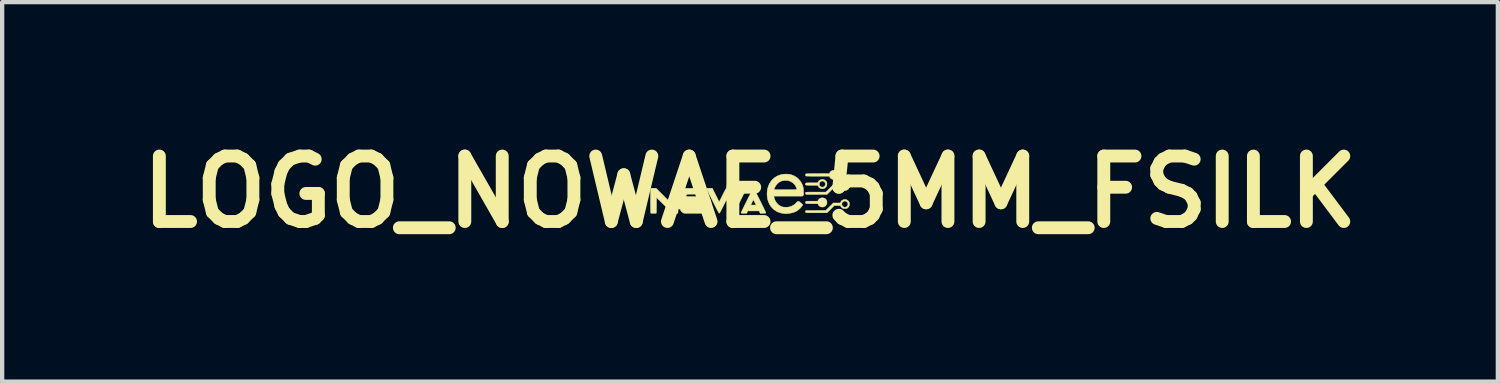
<source format=kicad_pcb>
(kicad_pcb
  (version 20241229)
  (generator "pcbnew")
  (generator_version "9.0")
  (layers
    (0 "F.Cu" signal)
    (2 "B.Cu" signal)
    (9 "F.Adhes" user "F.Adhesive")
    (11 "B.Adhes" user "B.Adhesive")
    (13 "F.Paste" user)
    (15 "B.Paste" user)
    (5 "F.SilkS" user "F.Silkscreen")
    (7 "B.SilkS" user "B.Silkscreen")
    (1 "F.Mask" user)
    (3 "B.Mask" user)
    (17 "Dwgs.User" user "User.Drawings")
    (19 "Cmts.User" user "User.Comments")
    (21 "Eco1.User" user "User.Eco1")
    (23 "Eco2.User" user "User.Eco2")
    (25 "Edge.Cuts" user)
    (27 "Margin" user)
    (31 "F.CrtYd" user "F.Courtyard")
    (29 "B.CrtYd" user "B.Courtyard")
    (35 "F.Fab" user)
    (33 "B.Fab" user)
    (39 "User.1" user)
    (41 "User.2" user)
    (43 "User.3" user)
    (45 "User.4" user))
  (footprint "LOGO_NOWAE_5MM_FSILK"
    (layer "F.Cu")
    (at 14.413 1.418)
    (property "Reference" "LOGO_NOWAE_5MM_FSILK" (at 0 0 0) (layer "F.SilkS") (effects (font (size 1.524 1.524) (thickness 0.3))))
    (attr through_hole)
    (fp_poly (pts (xy 1.717 0.143) (xy 1.742 0.152) (xy 1.76 0.165) (xy 1.777 0.186) (xy 1.788 0.212) (xy 1.792 0.24) (xy 1.79 0.268) (xy 1.781 0.294) (xy 1.78 0.297) (xy 1.762 0.322) (xy 1.74 0.339) (xy 1.713 0.35) (xy 1.682 0.353) (xy 1.659 0.351) (xy 1.64 0.346) (xy 1.638 0.345) (xy 1.623 0.335) (xy 1.607 0.321) (xy 1.593 0.306) (xy 1.584 0.291) (xy 1.584 0.288) (xy 1.579 0.276) (xy 1.442 0.275) (xy 1.404 0.274) (xy 1.373 0.274) (xy 1.349 0.273) (xy 1.331 0.273) (xy 1.318 0.272) (xy 1.309 0.271) (xy 1.303 0.269) (xy 1.299 0.267) (xy 1.297 0.266) (xy 1.291 0.254) (xy 1.291 0.24) (xy 1.296 0.227) (xy 1.3 0.223) (xy 1.303 0.221) (xy 1.308 0.219) (xy 1.314 0.218) (xy 1.323 0.217) (xy 1.337 0.216) (xy 1.355 0.216) (xy 1.379 0.215) (xy 1.41 0.215) (xy 1.444 0.215) (xy 1.578 0.215) (xy 1.583 0.201) (xy 1.592 0.186) (xy 1.606 0.169) (xy 1.623 0.155) (xy 1.638 0.146) (xy 1.662 0.139) (xy 1.69 0.138) (xy 1.717 0.143)) (stroke (width 0.01) (type solid)) (fill yes) (layer "F.SilkS"))
    (fp_poly (pts (xy 1.981 -0.501) (xy 1.99 -0.499) (xy 2.014 -0.487) (xy 2.034 -0.469) (xy 2.049 -0.447) (xy 2.058 -0.42) (xy 2.062 -0.392) (xy 2.058 -0.364) (xy 2.057 -0.361) (xy 2.049 -0.343) (xy 2.035 -0.325) (xy 2.019 -0.309) (xy 2.002 -0.297) (xy 2 -0.297) (xy 1.978 -0.29) (xy 1.952 -0.288) (xy 1.926 -0.291) (xy 1.903 -0.299) (xy 1.902 -0.299) (xy 1.879 -0.316) (xy 1.861 -0.337) (xy 1.853 -0.352) (xy 1.847 -0.366) (xy 1.578 -0.366) (xy 1.523 -0.366) (xy 1.476 -0.366) (xy 1.437 -0.366) (xy 1.404 -0.366) (xy 1.377 -0.367) (xy 1.356 -0.367) (xy 1.339 -0.367) (xy 1.326 -0.368) (xy 1.316 -0.369) (xy 1.31 -0.37) (xy 1.305 -0.371) (xy 1.302 -0.372) (xy 1.3 -0.374) (xy 1.292 -0.385) (xy 1.29 -0.399) (xy 1.294 -0.412) (xy 1.297 -0.417) (xy 1.299 -0.418) (xy 1.303 -0.42) (xy 1.308 -0.421) (xy 1.316 -0.422) (xy 1.327 -0.422) (xy 1.341 -0.423) (xy 1.36 -0.423) (xy 1.385 -0.424) (xy 1.415 -0.424) (xy 1.451 -0.425) (xy 1.494 -0.425) (xy 1.545 -0.425) (xy 1.576 -0.425) (xy 1.847 -0.426) (xy 1.858 -0.448) (xy 1.874 -0.471) (xy 1.896 -0.488) (xy 1.922 -0.5) (xy 1.95 -0.504) (xy 1.981 -0.501)) (stroke (width 0.01) (type solid)) (fill yes) (layer "F.SilkS"))
    (fp_poly (pts (xy 2.225 -0.247) (xy 2.25 -0.24) (xy 2.273 -0.227) (xy 2.293 -0.208) (xy 2.304 -0.19) (xy 2.313 -0.166) (xy 2.316 -0.14) (xy 2.315 -0.115) (xy 2.31 -0.097) (xy 2.295 -0.073) (xy 2.275 -0.053) (xy 2.25 -0.039) (xy 2.222 -0.032) (xy 2.192 -0.031) (xy 2.173 -0.035) (xy 2.156 -0.043) (xy 2.138 -0.057) (xy 2.122 -0.073) (xy 2.11 -0.089) (xy 2.108 -0.095) (xy 2.101 -0.112) (xy 1.965 -0.112) (xy 1.793 0.06) (xy 1.549 0.06) (xy 1.498 0.06) (xy 1.454 0.06) (xy 1.417 0.06) (xy 1.387 0.06) (xy 1.362 0.06) (xy 1.343 0.059) (xy 1.328 0.059) (xy 1.318 0.058) (xy 1.31 0.057) (xy 1.305 0.056) (xy 1.302 0.055) (xy 1.299 0.053) (xy 1.298 0.052) (xy 1.292 0.04) (xy 1.29 0.026) (xy 1.294 0.015) (xy 1.298 0.01) (xy 1.301 0.009) (xy 1.307 0.008) (xy 1.317 0.007) (xy 1.331 0.006) (xy 1.35 0.005) (xy 1.374 0.005) (xy 1.404 0.005) (xy 1.441 0.004) (xy 1.486 0.004) (xy 1.537 0.004) (xy 1.767 0.004) (xy 1.853 -0.082) (xy 1.94 -0.168) (xy 2.021 -0.168) (xy 2.103 -0.168) (xy 2.114 -0.191) (xy 2.129 -0.214) (xy 2.15 -0.231) (xy 2.173 -0.243) (xy 2.199 -0.248) (xy 2.225 -0.247)) (stroke (width 0.01) (type solid)) (fill yes) (layer "F.SilkS"))
    (fp_poly (pts (xy 1.716 -0.286) (xy 1.741 -0.275) (xy 1.763 -0.257) (xy 1.781 -0.234) (xy 1.786 -0.224) (xy 1.791 -0.203) (xy 1.792 -0.179) (xy 1.789 -0.155) (xy 1.784 -0.138) (xy 1.768 -0.112) (xy 1.747 -0.092) (xy 1.72 -0.08) (xy 1.689 -0.074) (xy 1.688 -0.074) (xy 1.669 -0.074) (xy 1.654 -0.077) (xy 1.639 -0.083) (xy 1.638 -0.083) (xy 1.615 -0.098) (xy 1.597 -0.117) (xy 1.584 -0.138) (xy 1.584 -0.14) (xy 1.578 -0.155) (xy 1.442 -0.155) (xy 1.402 -0.155) (xy 1.371 -0.155) (xy 1.346 -0.156) (xy 1.327 -0.156) (xy 1.313 -0.157) (xy 1.304 -0.159) (xy 1.299 -0.16) (xy 1.298 -0.161) (xy 1.292 -0.17) (xy 1.291 -0.175) (xy 1.612 -0.175) (xy 1.617 -0.155) (xy 1.628 -0.137) (xy 1.644 -0.123) (xy 1.664 -0.114) (xy 1.685 -0.111) (xy 1.707 -0.114) (xy 1.718 -0.119) (xy 1.734 -0.131) (xy 1.747 -0.149) (xy 1.755 -0.169) (xy 1.756 -0.181) (xy 1.753 -0.202) (xy 1.742 -0.222) (xy 1.727 -0.239) (xy 1.72 -0.243) (xy 1.698 -0.252) (xy 1.675 -0.253) (xy 1.654 -0.247) (xy 1.635 -0.234) (xy 1.621 -0.215) (xy 1.614 -0.198) (xy 1.612 -0.175) (xy 1.291 -0.175) (xy 1.29 -0.183) (xy 1.294 -0.196) (xy 1.298 -0.202) (xy 1.3 -0.205) (xy 1.304 -0.207) (xy 1.309 -0.208) (xy 1.316 -0.209) (xy 1.328 -0.21) (xy 1.344 -0.21) (xy 1.365 -0.211) (xy 1.392 -0.211) (xy 1.427 -0.211) (xy 1.442 -0.211) (xy 1.579 -0.211) (xy 1.582 -0.221) (xy 1.589 -0.238) (xy 1.603 -0.255) (xy 1.62 -0.27) (xy 1.632 -0.277) (xy 1.659 -0.288) (xy 1.688 -0.291) (xy 1.716 -0.286)) (stroke (width 0.01) (type solid)) (fill yes) (layer "F.SilkS"))
    (fp_poly (pts (xy 2.231 0.178) (xy 2.253 0.185) (xy 2.272 0.197) (xy 2.282 0.205) (xy 2.3 0.225) (xy 2.311 0.246) (xy 2.315 0.271) (xy 2.315 0.292) (xy 2.31 0.322) (xy 2.298 0.348) (xy 2.278 0.368) (xy 2.267 0.377) (xy 2.256 0.383) (xy 2.246 0.387) (xy 2.234 0.389) (xy 2.219 0.39) (xy 2.209 0.39) (xy 2.19 0.389) (xy 2.176 0.388) (xy 2.166 0.385) (xy 2.156 0.38) (xy 2.15 0.377) (xy 2.128 0.359) (xy 2.116 0.341) (xy 2.103 0.319) (xy 1.961 0.319) (xy 1.877 0.403) (xy 1.793 0.486) (xy 1.549 0.486) (xy 1.496 0.486) (xy 1.452 0.486) (xy 1.414 0.486) (xy 1.383 0.486) (xy 1.358 0.486) (xy 1.339 0.485) (xy 1.324 0.484) (xy 1.313 0.484) (xy 1.306 0.483) (xy 1.301 0.482) (xy 1.299 0.48) (xy 1.299 0.48) (xy 1.29 0.467) (xy 1.29 0.453) (xy 1.295 0.444) (xy 1.303 0.433) (xy 1.535 0.432) (xy 1.767 0.43) (xy 1.853 0.344) (xy 1.917 0.281) (xy 2.137 0.281) (xy 2.139 0.303) (xy 2.149 0.323) (xy 2.154 0.33) (xy 2.173 0.347) (xy 2.195 0.356) (xy 2.218 0.356) (xy 2.236 0.351) (xy 2.253 0.34) (xy 2.268 0.323) (xy 2.277 0.303) (xy 2.278 0.301) (xy 2.28 0.28) (xy 2.275 0.259) (xy 2.264 0.241) (xy 2.249 0.226) (xy 2.23 0.216) (xy 2.209 0.212) (xy 2.191 0.215) (xy 2.169 0.225) (xy 2.152 0.241) (xy 2.141 0.26) (xy 2.137 0.281) (xy 1.917 0.281) (xy 1.94 0.258) (xy 2.1 0.258) (xy 2.109 0.24) (xy 2.124 0.215) (xy 2.145 0.195) (xy 2.171 0.182) (xy 2.199 0.177) (xy 2.204 0.177) (xy 2.231 0.178)) (stroke (width 0.01) (type solid)) (fill yes) (layer "F.SilkS"))
    (fp_poly (pts (xy 0.083 -0.077) (xy 0.086 -0.076) (xy 0.089 -0.074) (xy 0.092 -0.069) (xy 0.097 -0.062) (xy 0.103 -0.053) (xy 0.11 -0.04) (xy 0.119 -0.022) (xy 0.13 -0.001) (xy 0.144 0.026) (xy 0.16 0.058) (xy 0.18 0.097) (xy 0.202 0.141) (xy 0.228 0.193) (xy 0.232 0.202) (xy 0.26 0.257) (xy 0.283 0.304) (xy 0.303 0.345) (xy 0.32 0.379) (xy 0.334 0.408) (xy 0.345 0.432) (xy 0.354 0.45) (xy 0.36 0.465) (xy 0.365 0.476) (xy 0.367 0.483) (xy 0.368 0.488) (xy 0.368 0.49) (xy 0.365 0.493) (xy 0.359 0.495) (xy 0.35 0.496) (xy 0.336 0.497) (xy 0.316 0.498) (xy 0.301 0.498) (xy 0.239 0.5) (xy 0.225 0.472) (xy 0.211 0.443) (xy -0.052 0.443) (xy -0.079 0.499) (xy -0.141 0.499) (xy -0.165 0.499) (xy -0.182 0.499) (xy -0.193 0.498) (xy -0.2 0.497) (xy -0.204 0.494) (xy -0.207 0.491) (xy -0.207 0.488) (xy -0.206 0.483) (xy -0.204 0.476) (xy -0.199 0.466) (xy -0.193 0.451) (xy -0.185 0.433) (xy -0.174 0.41) (xy -0.16 0.382) (xy -0.144 0.349) (xy -0.124 0.309) (xy -0.123 0.306) (xy 0.017 0.306) (xy 0.142 0.306) (xy 0.111 0.244) (xy 0.101 0.223) (xy 0.092 0.206) (xy 0.085 0.192) (xy 0.081 0.184) (xy 0.08 0.182) (xy 0.078 0.185) (xy 0.073 0.195) (xy 0.065 0.21) (xy 0.055 0.229) (xy 0.048 0.243) (xy 0.017 0.306) (xy -0.123 0.306) (xy -0.101 0.262) (xy -0.074 0.209) (xy -0.071 0.202) (xy -0.045 0.149) (xy -0.021 0.103) (xy -0.002 0.064) (xy 0.015 0.031) (xy 0.029 0.003) (xy 0.041 -0.019) (xy 0.05 -0.037) (xy 0.058 -0.051) (xy 0.064 -0.061) (xy 0.069 -0.068) (xy 0.072 -0.073) (xy 0.075 -0.076) (xy 0.078 -0.077) (xy 0.08 -0.077) (xy 0.081 -0.077) (xy 0.083 -0.077)) (stroke (width 0.01) (type solid)) (fill yes) (layer "F.SilkS"))
    (fp_poly (pts (xy -2.001 0.102) (xy -1.812 0.291) (xy -1.812 0.109) (xy -1.812 0.065) (xy -1.812 0.028) (xy -1.812 -0.001) (xy -1.812 -0.024) (xy -1.811 -0.042) (xy -1.811 -0.056) (xy -1.81 -0.065) (xy -1.809 -0.071) (xy -1.807 -0.075) (xy -1.806 -0.078) (xy -1.805 -0.079) (xy -1.8 -0.082) (xy -1.792 -0.084) (xy -1.78 -0.085) (xy -1.762 -0.086) (xy -1.743 -0.086) (xy -1.72 -0.086) (xy -1.704 -0.085) (xy -1.693 -0.084) (xy -1.687 -0.082) (xy -1.682 -0.079) (xy -1.682 -0.078) (xy -1.68 -0.076) (xy -1.679 -0.073) (xy -1.678 -0.067) (xy -1.677 -0.059) (xy -1.677 -0.048) (xy -1.676 -0.033) (xy -1.676 -0.013) (xy -1.675 0.012) (xy -1.675 0.042) (xy -1.675 0.079) (xy -1.675 0.123) (xy -1.675 0.174) (xy -1.675 0.209) (xy -1.675 0.269) (xy -1.675 0.32) (xy -1.675 0.364) (xy -1.675 0.4) (xy -1.676 0.43) (xy -1.676 0.454) (xy -1.677 0.471) (xy -1.678 0.484) (xy -1.679 0.491) (xy -1.68 0.494) (xy -1.686 0.497) (xy -1.7 0.498) (xy -1.722 0.499) (xy -1.745 0.499) (xy -1.806 0.499) (xy -2.178 0.127) (xy -2.178 0.308) (xy -2.178 0.356) (xy -2.179 0.395) (xy -2.179 0.427) (xy -2.18 0.452) (xy -2.18 0.471) (xy -2.181 0.484) (xy -2.182 0.492) (xy -2.184 0.494) (xy -2.19 0.496) (xy -2.203 0.498) (xy -2.221 0.499) (xy -2.241 0.5) (xy -2.262 0.499) (xy -2.281 0.499) (xy -2.297 0.497) (xy -2.308 0.496) (xy -2.311 0.494) (xy -2.312 0.489) (xy -2.313 0.476) (xy -2.314 0.456) (xy -2.315 0.43) (xy -2.315 0.399) (xy -2.316 0.364) (xy -2.316 0.325) (xy -2.316 0.284) (xy -2.317 0.242) (xy -2.317 0.199) (xy -2.316 0.155) (xy -2.316 0.113) (xy -2.316 0.073) (xy -2.316 0.036) (xy -2.315 0.002) (xy -2.314 -0.027) (xy -2.314 -0.051) (xy -2.313 -0.068) (xy -2.312 -0.079) (xy -2.311 -0.081) (xy -2.304 -0.083) (xy -2.29 -0.085) (xy -2.267 -0.086) (xy -2.247 -0.086) (xy -2.189 -0.086) (xy -2.001 0.102)) (stroke (width 0.01) (type solid)) (fill yes) (layer "F.SilkS"))
    (fp_poly (pts (xy -1.209 -0.085) (xy -1.18 -0.085) (xy -1.157 -0.084) (xy -1.143 -0.083) (xy -1.138 -0.082) (xy -1.11 -0.072) (xy -1.084 -0.054) (xy -1.065 -0.034) (xy -1.059 -0.025) (xy -1.054 -0.018) (xy -1.05 -0.01) (xy -1.047 -0.001) (xy -1.045 0.01) (xy -1.043 0.024) (xy -1.042 0.041) (xy -1.041 0.062) (xy -1.04 0.089) (xy -1.04 0.122) (xy -1.04 0.162) (xy -1.04 0.209) (xy -1.04 0.254) (xy -1.04 0.292) (xy -1.04 0.323) (xy -1.04 0.348) (xy -1.041 0.368) (xy -1.041 0.383) (xy -1.042 0.395) (xy -1.043 0.403) (xy -1.045 0.41) (xy -1.047 0.416) (xy -1.048 0.419) (xy -1.061 0.444) (xy -1.08 0.466) (xy -1.103 0.484) (xy -1.113 0.489) (xy -1.134 0.499) (xy -1.332 0.499) (xy -1.381 0.499) (xy -1.422 0.499) (xy -1.455 0.498) (xy -1.482 0.498) (xy -1.504 0.497) (xy -1.52 0.497) (xy -1.532 0.496) (xy -1.541 0.494) (xy -1.547 0.493) (xy -1.547 0.493) (xy -1.572 0.479) (xy -1.594 0.46) (xy -1.611 0.436) (xy -1.613 0.432) (xy -1.625 0.407) (xy -1.625 0.256) (xy -1.489 0.256) (xy -1.489 0.282) (xy -1.489 0.303) (xy -1.488 0.319) (xy -1.487 0.327) (xy -1.482 0.34) (xy -1.474 0.351) (xy -1.464 0.362) (xy -1.206 0.362) (xy -1.193 0.35) (xy -1.18 0.339) (xy -1.18 0.209) (xy -1.18 0.171) (xy -1.18 0.139) (xy -1.18 0.115) (xy -1.181 0.097) (xy -1.183 0.083) (xy -1.185 0.073) (xy -1.188 0.067) (xy -1.193 0.062) (xy -1.198 0.059) (xy -1.204 0.056) (xy -1.212 0.055) (xy -1.225 0.054) (xy -1.245 0.053) (xy -1.271 0.052) (xy -1.306 0.052) (xy -1.34 0.053) (xy -1.464 0.054) (xy -1.487 0.078) (xy -1.489 0.195) (xy -1.489 0.227) (xy -1.489 0.256) (xy -1.625 0.256) (xy -1.625 0.211) (xy -1.625 0.164) (xy -1.625 0.126) (xy -1.625 0.094) (xy -1.625 0.068) (xy -1.624 0.048) (xy -1.624 0.032) (xy -1.623 0.02) (xy -1.622 0.011) (xy -1.62 0.004) (xy -1.619 -0.002) (xy -1.617 -0.006) (xy -1.602 -0.033) (xy -1.581 -0.056) (xy -1.557 -0.072) (xy -1.535 -0.084) (xy -1.347 -0.085) (xy -1.293 -0.086) (xy -1.247 -0.086) (xy -1.209 -0.085)) (stroke (width 0.01) (type solid)) (fill yes) (layer "F.SilkS"))
    (fp_poly (pts (xy -0.798 0.074) (xy -0.718 0.235) (xy -0.64 0.079) (xy -0.62 0.04) (xy -0.605 0.008) (xy -0.592 -0.017) (xy -0.581 -0.037) (xy -0.573 -0.052) (xy -0.567 -0.063) (xy -0.562 -0.07) (xy -0.558 -0.074) (xy -0.555 -0.077) (xy -0.552 -0.077) (xy -0.549 -0.077) (xy -0.546 -0.077) (xy -0.542 -0.076) (xy -0.539 -0.074) (xy -0.535 -0.069) (xy -0.53 -0.061) (xy -0.523 -0.05) (xy -0.515 -0.034) (xy -0.504 -0.013) (xy -0.491 0.013) (xy -0.474 0.046) (xy -0.458 0.077) (xy -0.381 0.232) (xy -0.222 -0.084) (xy -0.16 -0.085) (xy -0.136 -0.086) (xy -0.119 -0.086) (xy -0.108 -0.085) (xy -0.101 -0.084) (xy -0.098 -0.082) (xy -0.095 -0.078) (xy -0.094 -0.076) (xy -0.094 -0.074) (xy -0.094 -0.07) (xy -0.096 -0.064) (xy -0.099 -0.055) (xy -0.104 -0.044) (xy -0.11 -0.029) (xy -0.119 -0.01) (xy -0.13 0.014) (xy -0.144 0.042) (xy -0.161 0.076) (xy -0.181 0.117) (xy -0.205 0.164) (xy -0.23 0.215) (xy -0.257 0.268) (xy -0.28 0.314) (xy -0.3 0.354) (xy -0.317 0.387) (xy -0.331 0.415) (xy -0.343 0.437) (xy -0.352 0.455) (xy -0.36 0.469) (xy -0.366 0.479) (xy -0.371 0.487) (xy -0.374 0.491) (xy -0.377 0.494) (xy -0.38 0.495) (xy -0.381 0.495) (xy -0.384 0.495) (xy -0.387 0.493) (xy -0.391 0.488) (xy -0.396 0.481) (xy -0.402 0.471) (xy -0.41 0.456) (xy -0.421 0.436) (xy -0.434 0.411) (xy -0.45 0.379) (xy -0.469 0.341) (xy -0.47 0.338) (xy -0.549 0.181) (xy -0.627 0.338) (xy -0.647 0.377) (xy -0.663 0.409) (xy -0.676 0.435) (xy -0.687 0.455) (xy -0.695 0.47) (xy -0.702 0.481) (xy -0.707 0.488) (xy -0.71 0.492) (xy -0.714 0.494) (xy -0.717 0.495) (xy -0.717 0.495) (xy -0.719 0.495) (xy -0.722 0.493) (xy -0.725 0.49) (xy -0.729 0.484) (xy -0.734 0.475) (xy -0.741 0.464) (xy -0.749 0.448) (xy -0.76 0.428) (xy -0.773 0.404) (xy -0.788 0.374) (xy -0.806 0.338) (xy -0.827 0.296) (xy -0.852 0.246) (xy -0.868 0.215) (xy -0.895 0.161) (xy -0.918 0.114) (xy -0.938 0.074) (xy -0.955 0.04) (xy -0.968 0.012) (xy -0.979 -0.011) (xy -0.988 -0.03) (xy -0.995 -0.045) (xy -0.999 -0.056) (xy -1.002 -0.064) (xy -1.004 -0.07) (xy -1.004 -0.074) (xy -1.004 -0.076) (xy -1.001 -0.08) (xy -0.998 -0.083) (xy -0.993 -0.085) (xy -0.983 -0.086) (xy -0.969 -0.086) (xy -0.948 -0.086) (xy -0.939 -0.086) (xy -0.878 -0.086) (xy -0.798 0.074)) (stroke (width 0.01) (type solid)) (fill yes) (layer "F.SilkS"))
    (fp_poly (pts (xy 0.896 -0.412) (xy 0.919 -0.409) (xy 0.973 -0.395) (xy 1.024 -0.375) (xy 1.072 -0.347) (xy 1.116 -0.312) (xy 1.154 -0.272) (xy 1.187 -0.227) (xy 1.212 -0.178) (xy 1.213 -0.176) (xy 1.225 -0.146) (xy 1.234 -0.118) (xy 1.24 -0.091) (xy 1.244 -0.061) (xy 1.246 -0.027) (xy 1.247 -0.003) (xy 1.25 0.069) (xy 1.235 0.084) (xy 1.221 0.099) (xy 0.555 0.099) (xy 0.558 0.117) (xy 0.569 0.163) (xy 0.587 0.205) (xy 0.611 0.244) (xy 0.64 0.279) (xy 0.673 0.308) (xy 0.71 0.331) (xy 0.75 0.347) (xy 0.775 0.353) (xy 0.809 0.357) (xy 0.845 0.357) (xy 0.882 0.355) (xy 0.916 0.349) (xy 0.941 0.343) (xy 0.98 0.326) (xy 1.017 0.305) (xy 1.051 0.279) (xy 1.079 0.251) (xy 1.092 0.235) (xy 1.1 0.227) (xy 1.111 0.222) (xy 1.12 0.221) (xy 1.128 0.221) (xy 1.135 0.221) (xy 1.142 0.224) (xy 1.151 0.23) (xy 1.163 0.24) (xy 1.18 0.254) (xy 1.196 0.268) (xy 1.21 0.28) (xy 1.22 0.289) (xy 1.226 0.294) (xy 1.226 0.294) (xy 1.228 0.298) (xy 1.226 0.305) (xy 1.22 0.315) (xy 1.21 0.33) (xy 1.174 0.375) (xy 1.132 0.413) (xy 1.086 0.445) (xy 1.034 0.47) (xy 0.977 0.488) (xy 0.915 0.5) (xy 0.885 0.504) (xy 0.865 0.505) (xy 0.848 0.507) (xy 0.836 0.507) (xy 0.831 0.507) (xy 0.824 0.507) (xy 0.811 0.505) (xy 0.794 0.504) (xy 0.789 0.503) (xy 0.727 0.493) (xy 0.67 0.476) (xy 0.617 0.452) (xy 0.569 0.421) (xy 0.526 0.384) (xy 0.489 0.342) (xy 0.457 0.294) (xy 0.432 0.241) (xy 0.413 0.183) (xy 0.401 0.121) (xy 0.396 0.056) (xy 0.396 0.045) (xy 0.4 -0.021) (xy 0.406 -0.052) (xy 0.559 -0.052) (xy 0.824 -0.052) (xy 0.879 -0.052) (xy 0.927 -0.052) (xy 0.967 -0.052) (xy 1 -0.052) (xy 1.026 -0.052) (xy 1.048 -0.053) (xy 1.064 -0.054) (xy 1.075 -0.054) (xy 1.083 -0.055) (xy 1.087 -0.056) (xy 1.089 -0.057) (xy 1.089 -0.058) (xy 1.087 -0.068) (xy 1.083 -0.084) (xy 1.077 -0.102) (xy 1.069 -0.12) (xy 1.062 -0.136) (xy 1.06 -0.14) (xy 1.034 -0.176) (xy 1.002 -0.207) (xy 0.963 -0.233) (xy 0.923 -0.252) (xy 0.907 -0.258) (xy 0.892 -0.262) (xy 0.874 -0.264) (xy 0.852 -0.266) (xy 0.843 -0.266) (xy 0.8 -0.266) (xy 0.763 -0.262) (xy 0.73 -0.252) (xy 0.699 -0.238) (xy 0.668 -0.217) (xy 0.657 -0.209) (xy 0.634 -0.186) (xy 0.611 -0.159) (xy 0.591 -0.129) (xy 0.575 -0.099) (xy 0.563 -0.07) (xy 0.562 -0.064) (xy 0.559 -0.052) (xy 0.406 -0.052) (xy 0.411 -0.083) (xy 0.429 -0.14) (xy 0.454 -0.194) (xy 0.485 -0.243) (xy 0.521 -0.286) (xy 0.563 -0.324) (xy 0.609 -0.356) (xy 0.659 -0.381) (xy 0.714 -0.4) (xy 0.772 -0.411) (xy 0.833 -0.415) (xy 0.896 -0.412)) (stroke (width 0.01) (type solid)) (fill yes) (layer "F.SilkS")))
  (gr_rect
    (start -3 -3)
    (end 31.825 5.836)
    (stroke (width 0.1) (type default))
    (fill no)
    (layer "Edge.Cuts")))
</source>
